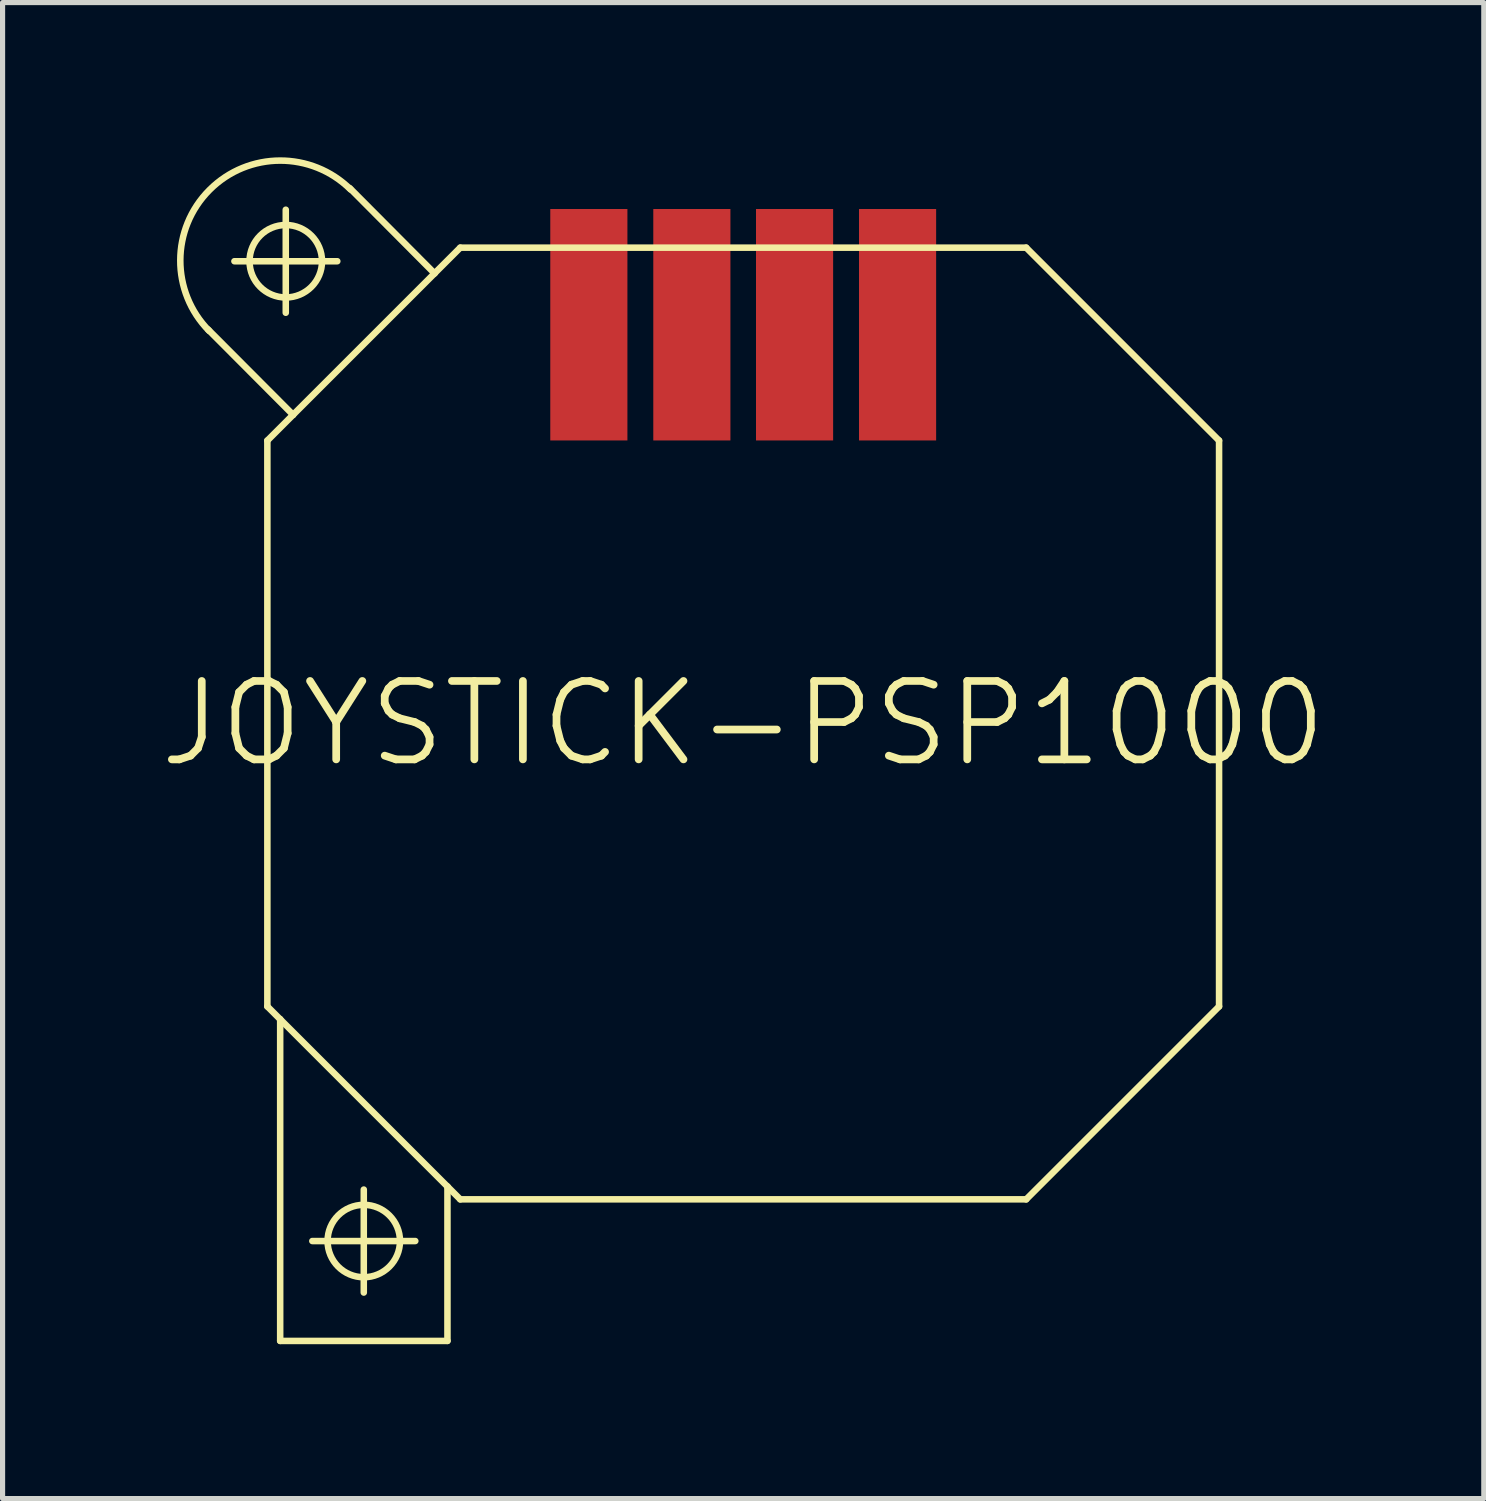
<source format=kicad_pcb>
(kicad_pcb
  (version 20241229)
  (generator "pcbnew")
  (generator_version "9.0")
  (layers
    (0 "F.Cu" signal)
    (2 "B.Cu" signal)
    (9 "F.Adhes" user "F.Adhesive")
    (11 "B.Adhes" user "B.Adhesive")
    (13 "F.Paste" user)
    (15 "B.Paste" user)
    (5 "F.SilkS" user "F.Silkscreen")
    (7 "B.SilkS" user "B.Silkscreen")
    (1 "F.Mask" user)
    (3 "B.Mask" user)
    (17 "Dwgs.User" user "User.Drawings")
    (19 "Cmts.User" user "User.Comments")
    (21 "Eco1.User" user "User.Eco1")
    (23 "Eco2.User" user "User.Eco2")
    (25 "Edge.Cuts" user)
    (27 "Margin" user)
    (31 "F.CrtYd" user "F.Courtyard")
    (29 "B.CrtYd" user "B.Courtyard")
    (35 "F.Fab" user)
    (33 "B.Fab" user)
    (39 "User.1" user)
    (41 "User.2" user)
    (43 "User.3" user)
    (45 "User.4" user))
  (footprint "JOYSTICK-PSP1000"
    (layer "F.Cu")
    (at 11.394 11.011)
    (property "Reference" "JOYSTICK-PSP1000" (at 0 0 0) (layer "F.SilkS") (effects (font (size 1.524 1.524) (thickness 0.15))))
    (attr smd)
    (fp_line (start -10.399 -7.656) (end -8.748 -5.999) (stroke (width 0.127) (type solid)) (layer "F.SilkS"))
    (fp_line (start -9.888 -8.984) (end -7.889 -8.984) (stroke (width 0.127) (type solid)) (layer "F.SilkS"))
    (fp_line (start -9.248 5.499) (end -9.248 -5.499) (stroke (width 0.127) (type solid)) (layer "F.SilkS"))
    (fp_line (start -9.248 5.499) (end -8.999 5.748) (stroke (width 0.127) (type solid)) (layer "F.SilkS"))
    (fp_line (start -8.999 5.748) (end -8.999 11.999) (stroke (width 0.127) (type solid)) (layer "F.SilkS"))
    (fp_line (start -8.999 5.748) (end -5.748 8.999) (stroke (width 0.127) (type solid)) (layer "F.SilkS"))
    (fp_line (start -8.999 11.999) (end -5.748 11.999) (stroke (width 0.127) (type solid)) (layer "F.SilkS"))
    (fp_line (start -8.89 -7.983) (end -8.89 -9.985) (stroke (width 0.127) (type solid)) (layer "F.SilkS"))
    (fp_line (start -8.748 -5.999) (end -9.248 -5.499) (stroke (width 0.127) (type solid)) (layer "F.SilkS"))
    (fp_line (start -8.374 10.058) (end -6.373 10.058) (stroke (width 0.127) (type solid)) (layer "F.SilkS"))
    (fp_line (start -7.648 -10.406) (end -5.999 -8.748) (stroke (width 0.127) (type solid)) (layer "F.SilkS"))
    (fp_line (start -7.374 11.059) (end -7.374 9.058) (stroke (width 0.127) (type solid)) (layer "F.SilkS"))
    (fp_line (start -5.999 -8.748) (end -8.748 -5.999) (stroke (width 0.127) (type solid)) (layer "F.SilkS"))
    (fp_line (start -5.748 8.999) (end -5.499 9.248) (stroke (width 0.127) (type solid)) (layer "F.SilkS"))
    (fp_line (start -5.748 11.999) (end -5.748 8.999) (stroke (width 0.127) (type solid)) (layer "F.SilkS"))
    (fp_line (start -5.499 -9.248) (end -5.999 -8.748) (stroke (width 0.127) (type solid)) (layer "F.SilkS"))
    (fp_line (start -5.499 -9.248) (end 5.499 -9.248) (stroke (width 0.127) (type solid)) (layer "F.SilkS"))
    (fp_line (start -5.499 9.248) (end 5.499 9.248) (stroke (width 0.127) (type solid)) (layer "F.SilkS"))
    (fp_line (start 5.499 -9.248) (end 9.248 -5.499) (stroke (width 0.127) (type solid)) (layer "F.SilkS"))
    (fp_line (start 9.248 5.499) (end 5.499 9.248) (stroke (width 0.127) (type solid)) (layer "F.SilkS"))
    (fp_line (start 9.248 5.499) (end 9.248 -5.499) (stroke (width 0.127) (type solid)) (layer "F.SilkS"))
    (fp_arc (start -10.37844 -7.63016) (mid -10.37844 -10.37844) (end -7.63016 -10.37844) (stroke (width 0.127) (type solid)) (layer "F.SilkS"))
    (fp_circle (center -8.89 -8.984) (end -9.388 -9.482) (stroke (width 0.127) (type solid)) (fill no) (layer "F.SilkS"))
    (fp_circle (center -7.374 10.058) (end -7.871 10.556) (stroke (width 0.127) (type solid)) (fill no) (layer "F.SilkS"))
    (pad "1" smd rect (at -3 -7.75 90) (size 4.498 1.499) (layers "F.Cu" "F.Mask" "F.Paste"))
    (pad "2" smd rect (at 0.998 -7.75 90) (size 4.498 1.499) (layers "F.Cu" "F.Mask" "F.Paste"))
    (pad "3" smd rect (at 3 -7.75 90) (size 4.498 1.499) (layers "F.Cu" "F.Mask" "F.Paste"))
    (pad "4" smd rect (at -0.998 -7.75 90) (size 4.498 1.499) (layers "F.Cu" "F.Mask" "F.Paste")))
  (gr_rect
    (start -3 -3)
    (end 25.787 26.074)
    (stroke (width 0.1) (type default))
    (fill no)
    (layer "Edge.Cuts")))
</source>
